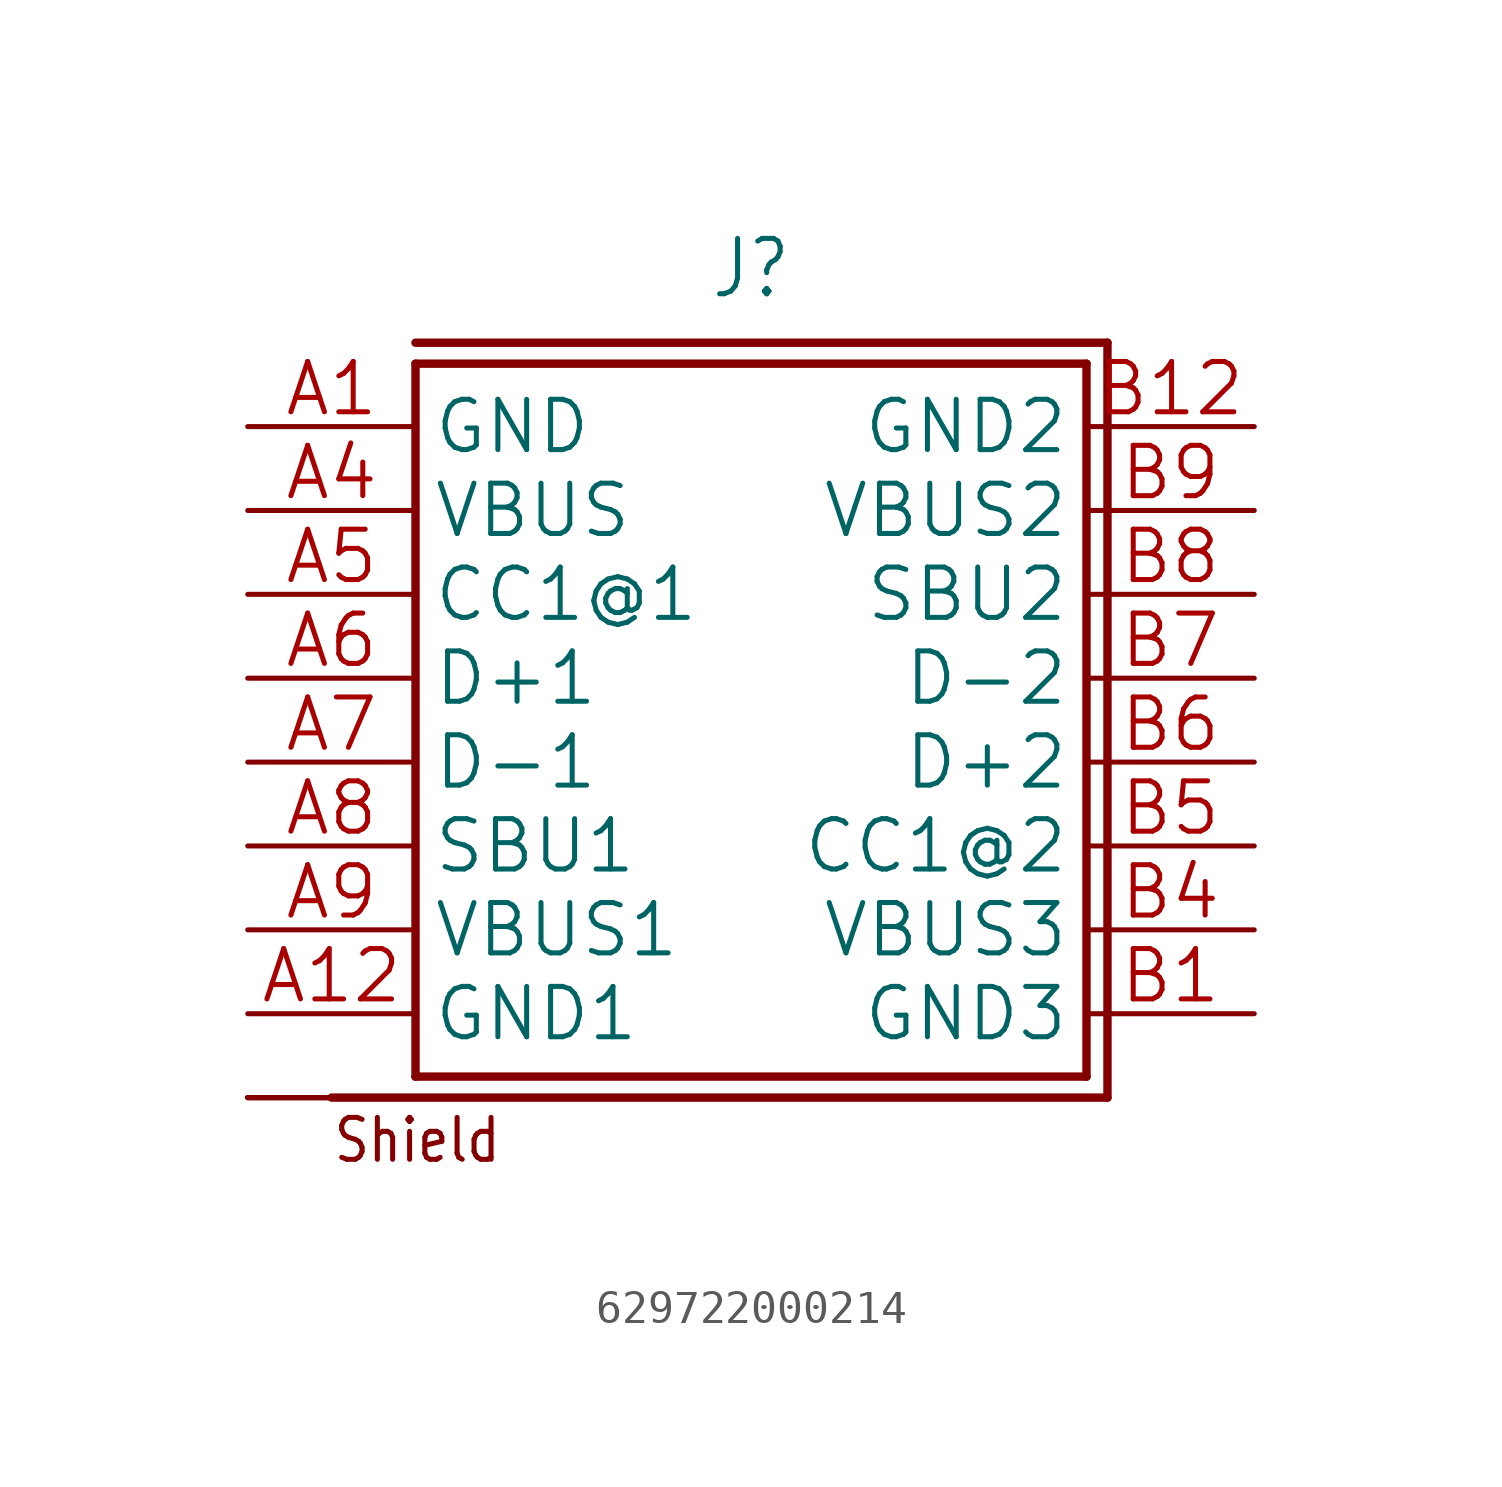
<source format=kicad_sym>
(kicad_symbol_lib
  (version 20241209)
  (generator "kicad_symbol_editor")
  (generator_version "9.0")
  (symbol "629722000214"
    (property "Reference" "J"
      (at 0 11.43 0)
      (effects (font (size 1.676 1.425)) (justify bottom)))
    (property "Value" ""
      (at 0 -15.24 0)
      (effects (font (size 1.676 1.425)) (justify bottom)))
    (property "ki_locked" ""
      (at 0 0 0)
      (effects (font (size 1.27 1.27))))
    (symbol "629722000214_1_0"
      (polyline (pts (xy -12.7 -12.7) (xy 10.795 -12.7)) (stroke (width 0.254) (type solid)) (fill (type none)))
      (polyline (pts (xy -10.16 10.16) (xy 10.795 10.16)) (stroke (width 0.254) (type solid)) (fill (type none)))
      (polyline (pts (xy -10.16 9.525) (xy 10.16 9.525)) (stroke (width 0.254) (type solid)) (fill (type none)))
      (polyline (pts (xy -10.16 -12.065) (xy -10.16 9.525)) (stroke (width 0.254) (type solid)) (fill (type none)))
      (polyline (pts (xy 10.16 9.525) (xy 10.16 -12.065)) (stroke (width 0.254) (type solid)) (fill (type none)))
      (polyline (pts (xy 10.16 -12.065) (xy -10.16 -12.065)) (stroke (width 0.254) (type solid)) (fill (type none)))
      (polyline (pts (xy 10.795 10.16) (xy 10.795 -12.7)) (stroke (width 0.254) (type solid)) (fill (type none)))
      (text "Shield" (at -12.7 -14.732 0) (effects (font (size 1.27 1.079)) (justify left bottom)))
      (pin passive line (at -15.24 7.62 0) (length 5.08) (name "GND" (effects (font (size 1.524 1.524)))) (number "A1" (effects (font (size 1.524 1.524)))))
      (pin passive line (at -15.24 5.08 0) (length 5.08) (name "VBUS" (effects (font (size 1.524 1.524)))) (number "A4" (effects (font (size 1.524 1.524)))))
      (pin passive line (at -15.24 2.54 0) (length 5.08) (name "CC1@1" (effects (font (size 1.524 1.524)))) (number "A5" (effects (font (size 1.524 1.524)))))
      (pin passive line (at -15.24 0 0) (length 5.08) (name "D+1" (effects (font (size 1.524 1.524)))) (number "A6" (effects (font (size 1.524 1.524)))))
      (pin passive line (at -15.24 -2.54 0) (length 5.08) (name "D-1" (effects (font (size 1.524 1.524)))) (number "A7" (effects (font (size 1.524 1.524)))))
      (pin passive line (at -15.24 -5.08 0) (length 5.08) (name "SBU1" (effects (font (size 1.524 1.524)))) (number "A8" (effects (font (size 1.524 1.524)))))
      (pin passive line (at -15.24 -7.62 0) (length 5.08) (name "VBUS1" (effects (font (size 1.524 1.524)))) (number "A9" (effects (font (size 1.524 1.524)))))
      (pin passive line (at -15.24 -10.16 0) (length 5.08) (name "GND1" (effects (font (size 1.524 1.524)))) (number "A12" (effects (font (size 1.524 1.524)))))
      (pin passive line (at -15.24 -12.7 0) (length 2.54) (name "SHIELD" (effects (font (size 0 0)))) (number "S1" (effects (font (size 0 0)))))
      (pin passive line (at -15.24 -12.7 0) (length 2.54) (name "SHIELD" (effects (font (size 0 0)))) (number "S2" (effects (font (size 0 0)))))
      (pin passive line (at -15.24 -12.7 0) (length 2.54) (name "SHIELD" (effects (font (size 0 0)))) (number "S3" (effects (font (size 0 0)))))
      (pin passive line (at -15.24 -12.7 0) (length 2.54) (name "SHIELD" (effects (font (size 0 0)))) (number "S4" (effects (font (size 0 0)))))
      (pin passive line (at 15.24 7.62 180) (length 5.08) (name "GND2" (effects (font (size 1.524 1.524)))) (number "B12" (effects (font (size 1.524 1.524)))))
      (pin passive line (at 15.24 5.08 180) (length 5.08) (name "VBUS2" (effects (font (size 1.524 1.524)))) (number "B9" (effects (font (size 1.524 1.524)))))
      (pin passive line (at 15.24 2.54 180) (length 5.08) (name "SBU2" (effects (font (size 1.524 1.524)))) (number "B8" (effects (font (size 1.524 1.524)))))
      (pin passive line (at 15.24 0 180) (length 5.08) (name "D-2" (effects (font (size 1.524 1.524)))) (number "B7" (effects (font (size 1.524 1.524)))))
      (pin passive line (at 15.24 -2.54 180) (length 5.08) (name "D+2" (effects (font (size 1.524 1.524)))) (number "B6" (effects (font (size 1.524 1.524)))))
      (pin passive line (at 15.24 -5.08 180) (length 5.08) (name "CC1@2" (effects (font (size 1.524 1.524)))) (number "B5" (effects (font (size 1.524 1.524)))))
      (pin passive line (at 15.24 -7.62 180) (length 5.08) (name "VBUS3" (effects (font (size 1.524 1.524)))) (number "B4" (effects (font (size 1.524 1.524)))))
      (pin passive line (at 15.24 -10.16 180) (length 5.08) (name "GND3" (effects (font (size 1.524 1.524)))) (number "B1" (effects (font (size 1.524 1.524))))))))
</source>
